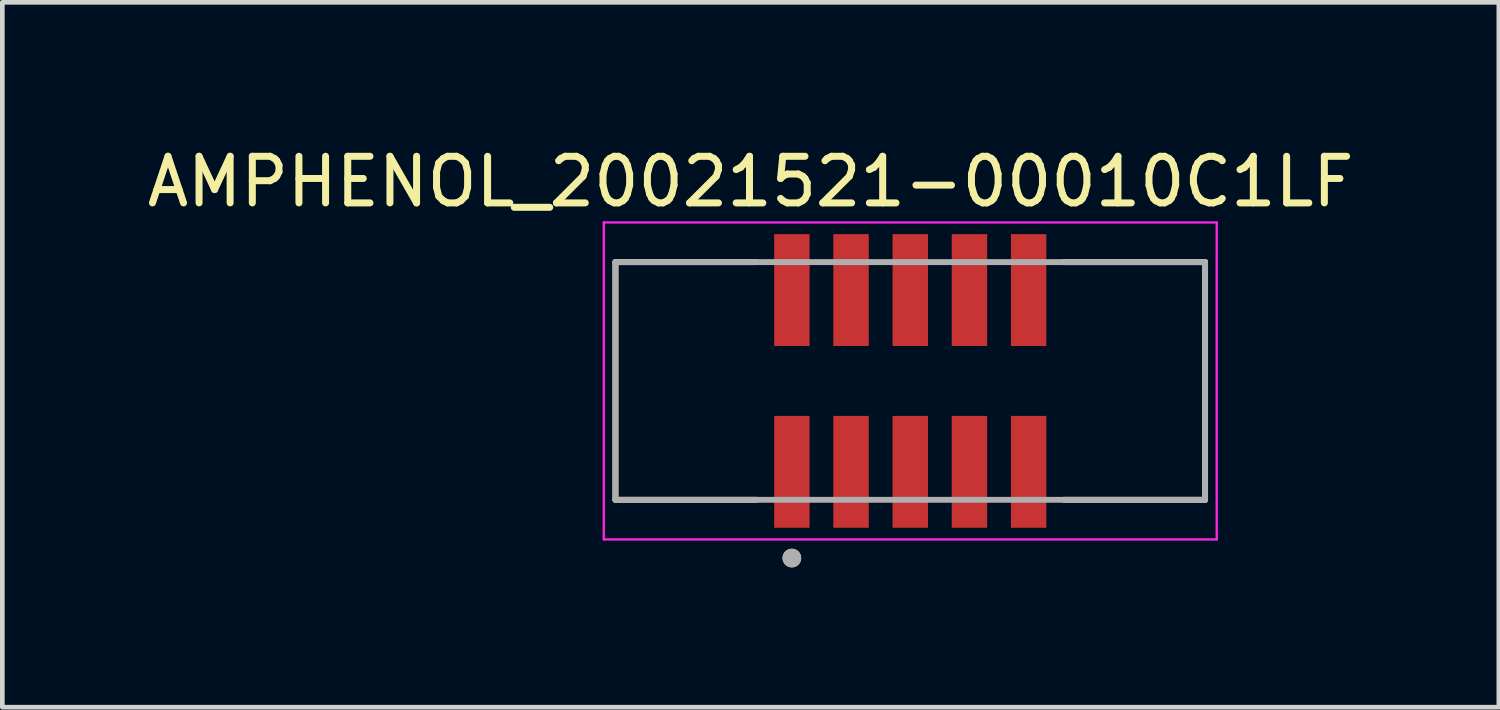
<source format=kicad_pcb>
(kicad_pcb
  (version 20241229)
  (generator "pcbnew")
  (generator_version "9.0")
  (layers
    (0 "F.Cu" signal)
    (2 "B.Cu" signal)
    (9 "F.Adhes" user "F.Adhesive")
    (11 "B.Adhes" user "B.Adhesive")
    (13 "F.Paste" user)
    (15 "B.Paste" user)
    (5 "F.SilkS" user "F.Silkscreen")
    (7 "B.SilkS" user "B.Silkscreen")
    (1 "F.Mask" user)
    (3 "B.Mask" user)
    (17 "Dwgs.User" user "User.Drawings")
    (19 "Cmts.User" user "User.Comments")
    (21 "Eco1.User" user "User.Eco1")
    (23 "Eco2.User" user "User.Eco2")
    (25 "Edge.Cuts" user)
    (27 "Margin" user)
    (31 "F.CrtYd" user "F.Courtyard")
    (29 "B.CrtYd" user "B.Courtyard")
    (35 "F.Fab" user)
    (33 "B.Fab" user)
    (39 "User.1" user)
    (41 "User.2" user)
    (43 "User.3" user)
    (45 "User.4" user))
  (footprint "AMPHENOL_20021521-00010C1LF"
    (layer "F.Cu")
    (at 16.479 5.123)
    (property "Reference" "AMPHENOL_20021521-00010C1LF" (at -3.425 -4.275 0) (layer "F.SilkS") (effects (font (size 1 1) (thickness 0.15))))
    (attr smd)
    (fp_line (start -6.325 -2.55) (end -6.325 2.55) (stroke (width 0.127) (type solid)) (layer "F.SilkS"))
    (fp_line (start -6.325 2.55) (end -3.3 2.55) (stroke (width 0.127) (type solid)) (layer "F.SilkS"))
    (fp_line (start -3.3 -2.55) (end -6.325 -2.55) (stroke (width 0.127) (type solid)) (layer "F.SilkS"))
    (fp_line (start 3.3 2.55) (end 6.325 2.55) (stroke (width 0.127) (type solid)) (layer "F.SilkS"))
    (fp_line (start 6.325 -2.55) (end 3.3 -2.55) (stroke (width 0.127) (type solid)) (layer "F.SilkS"))
    (fp_line (start 6.325 2.55) (end 6.325 -2.55) (stroke (width 0.127) (type solid)) (layer "F.SilkS"))
    (fp_circle (center -2.54 3.8) (end -2.44 3.8) (stroke (width 0.2) (type solid)) (fill no) (layer "F.SilkS"))
    (fp_line (start -6.575 -3.4) (end -6.575 3.4) (stroke (width 0.05) (type solid)) (layer "F.CrtYd"))
    (fp_line (start -6.575 3.4) (end 6.575 3.4) (stroke (width 0.05) (type solid)) (layer "F.CrtYd"))
    (fp_line (start 6.575 -3.4) (end -6.575 -3.4) (stroke (width 0.05) (type solid)) (layer "F.CrtYd"))
    (fp_line (start 6.575 3.4) (end 6.575 -3.4) (stroke (width 0.05) (type solid)) (layer "F.CrtYd"))
    (fp_line (start -6.325 -2.55) (end -6.325 2.55) (stroke (width 0.127) (type solid)) (layer "F.Fab"))
    (fp_line (start -6.325 2.55) (end 6.325 2.55) (stroke (width 0.127) (type solid)) (layer "F.Fab"))
    (fp_line (start 6.325 -2.55) (end -6.325 -2.55) (stroke (width 0.127) (type solid)) (layer "F.Fab"))
    (fp_line (start 6.325 2.55) (end 6.325 -2.55) (stroke (width 0.127) (type solid)) (layer "F.Fab"))
    (fp_circle (center -2.54 3.8) (end -2.44 3.8) (stroke (width 0.2) (type solid)) (fill no) (layer "F.Fab"))
    (pad "1" smd rect (at -2.54 1.95) (size 0.76 2.4) (layers "F.Cu" "F.Mask" "F.Paste"))
    (pad "2" smd rect (at -2.54 -1.95) (size 0.76 2.4) (layers "F.Cu" "F.Mask" "F.Paste"))
    (pad "3" smd rect (at -1.27 1.95) (size 0.76 2.4) (layers "F.Cu" "F.Mask" "F.Paste"))
    (pad "4" smd rect (at -1.27 -1.95) (size 0.76 2.4) (layers "F.Cu" "F.Mask" "F.Paste"))
    (pad "5" smd rect (at 0 1.95) (size 0.76 2.4) (layers "F.Cu" "F.Mask" "F.Paste"))
    (pad "6" smd rect (at 0 -1.95) (size 0.76 2.4) (layers "F.Cu" "F.Mask" "F.Paste"))
    (pad "7" smd rect (at 1.27 1.95) (size 0.76 2.4) (layers "F.Cu" "F.Mask" "F.Paste"))
    (pad "8" smd rect (at 1.27 -1.95) (size 0.76 2.4) (layers "F.Cu" "F.Mask" "F.Paste"))
    (pad "9" smd rect (at 2.54 1.95) (size 0.76 2.4) (layers "F.Cu" "F.Mask" "F.Paste"))
    (pad "10" smd rect (at 2.54 -1.95) (size 0.76 2.4) (layers "F.Cu" "F.Mask" "F.Paste")))
  (gr_rect
    (start -3 -3)
    (end 29.107 12.123)
    (stroke (width 0.1) (type default))
    (fill no)
    (layer "Edge.Cuts")))
</source>
